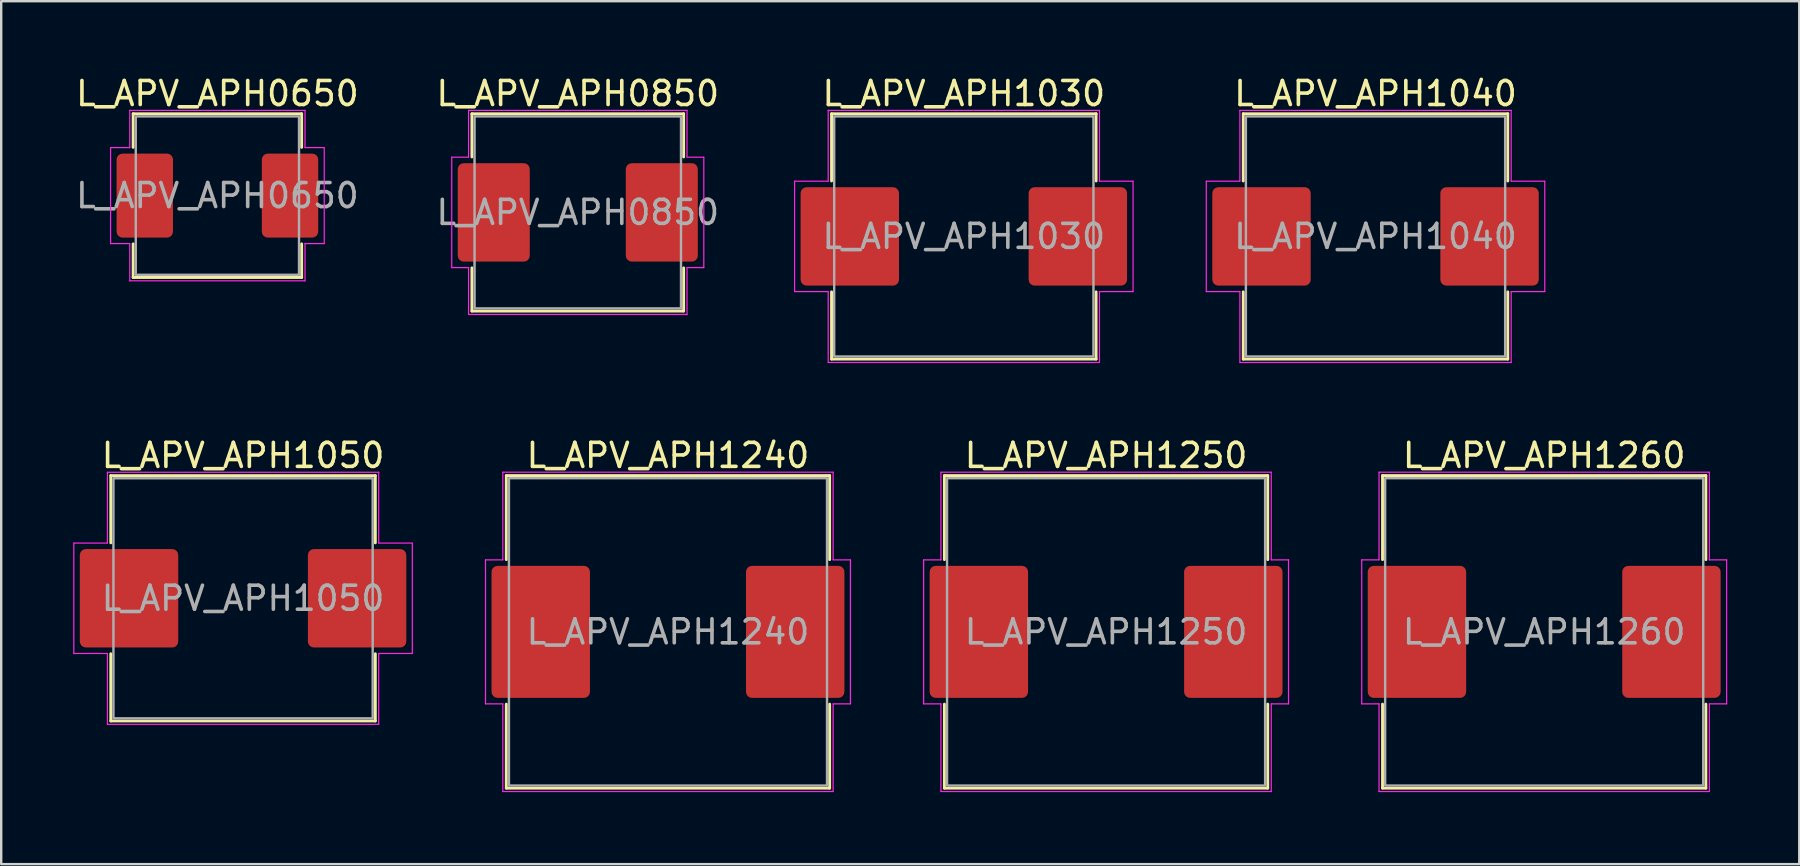
<source format=kicad_pcb>
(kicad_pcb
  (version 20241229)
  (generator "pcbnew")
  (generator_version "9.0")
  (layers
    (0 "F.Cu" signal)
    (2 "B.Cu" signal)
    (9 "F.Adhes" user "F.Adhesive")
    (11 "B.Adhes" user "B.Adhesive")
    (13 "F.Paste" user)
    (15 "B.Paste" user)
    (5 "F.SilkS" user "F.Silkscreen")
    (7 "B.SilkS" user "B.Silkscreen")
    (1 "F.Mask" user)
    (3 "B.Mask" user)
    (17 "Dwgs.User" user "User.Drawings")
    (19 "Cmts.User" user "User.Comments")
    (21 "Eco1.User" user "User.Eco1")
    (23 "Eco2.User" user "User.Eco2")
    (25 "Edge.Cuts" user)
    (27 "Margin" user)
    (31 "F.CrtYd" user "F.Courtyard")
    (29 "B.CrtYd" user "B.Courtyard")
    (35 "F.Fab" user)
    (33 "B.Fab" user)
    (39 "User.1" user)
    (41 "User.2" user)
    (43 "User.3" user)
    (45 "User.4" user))
  (footprint "L_APV_APH0850"
    (layer "F.Cu")
    (at 21.018 5.798)
    (property "Reference" "L_APV_APH0850" (at 0 -4.95 0) (layer "F.SilkS") (effects (font (size 1 1) (thickness 0.15))))
    (attr smd)
    (fp_line (start -4.41 -4.11) (end 4.41 -4.11) (stroke (width 0.12) (type solid)) (layer "F.SilkS"))
    (fp_line (start -4.41 -2.31) (end -4.41 -4.11) (stroke (width 0.12) (type solid)) (layer "F.SilkS"))
    (fp_line (start -4.41 4.11) (end -4.41 2.31) (stroke (width 0.12) (type solid)) (layer "F.SilkS"))
    (fp_line (start 4.41 -4.11) (end 4.41 -2.31) (stroke (width 0.12) (type solid)) (layer "F.SilkS"))
    (fp_line (start 4.41 2.31) (end 4.41 4.11) (stroke (width 0.12) (type solid)) (layer "F.SilkS"))
    (fp_line (start 4.41 4.11) (end -4.41 4.11) (stroke (width 0.12) (type solid)) (layer "F.SilkS"))
    (fp_line (start -5.25 -2.3) (end -4.55 -2.3) (stroke (width 0.05) (type solid)) (layer "F.CrtYd"))
    (fp_line (start -5.25 2.3) (end -5.25 -2.3) (stroke (width 0.05) (type solid)) (layer "F.CrtYd"))
    (fp_line (start -4.55 -4.25) (end 4.55 -4.25) (stroke (width 0.05) (type solid)) (layer "F.CrtYd"))
    (fp_line (start -4.55 -2.3) (end -4.55 -4.25) (stroke (width 0.05) (type solid)) (layer "F.CrtYd"))
    (fp_line (start -4.55 2.3) (end -5.25 2.3) (stroke (width 0.05) (type solid)) (layer "F.CrtYd"))
    (fp_line (start -4.55 4.25) (end -4.55 2.3) (stroke (width 0.05) (type solid)) (layer "F.CrtYd"))
    (fp_line (start 4.55 -4.25) (end 4.55 -2.3) (stroke (width 0.05) (type solid)) (layer "F.CrtYd"))
    (fp_line (start 4.55 -2.3) (end 5.25 -2.3) (stroke (width 0.05) (type solid)) (layer "F.CrtYd"))
    (fp_line (start 4.55 2.3) (end 4.55 4.25) (stroke (width 0.05) (type solid)) (layer "F.CrtYd"))
    (fp_line (start 4.55 4.25) (end -4.55 4.25) (stroke (width 0.05) (type solid)) (layer "F.CrtYd"))
    (fp_line (start 5.25 -2.3) (end 5.25 2.3) (stroke (width 0.05) (type solid)) (layer "F.CrtYd"))
    (fp_line (start 5.25 2.3) (end 4.55 2.3) (stroke (width 0.05) (type solid)) (layer "F.CrtYd"))
    (fp_rect (start -4.3 -4) (end 4.3 4) (stroke (width 0.1) (type solid)) (fill no) (layer "F.Fab"))
    (fp_text user "${REFERENCE}" (at 0 0 0) (layer "F.Fab") (effects (font (size 1 1) (thickness 0.15))))
    (pad "1" smd roundrect (at -3.5 0) (size 3 4.1) (layers "F.Cu" "F.Mask" "F.Paste") (roundrect_rratio 0.083))
    (pad "2" smd roundrect (at 3.5 0) (size 3 4.1) (layers "F.Cu" "F.Mask" "F.Paste") (roundrect_rratio 0.083)))
  (footprint "L_APV_APH1030"
    (layer "F.Cu")
    (at 37.099 6.798)
    (property "Reference" "L_APV_APH1030" (at 0 -5.95 0) (layer "F.SilkS") (effects (font (size 1 1) (thickness 0.15))))
    (attr smd)
    (fp_line (start -5.51 -5.11) (end 5.51 -5.11) (stroke (width 0.12) (type solid)) (layer "F.SilkS"))
    (fp_line (start -5.51 -2.31) (end -5.51 -5.11) (stroke (width 0.12) (type solid)) (layer "F.SilkS"))
    (fp_line (start -5.51 5.11) (end -5.51 2.31) (stroke (width 0.12) (type solid)) (layer "F.SilkS"))
    (fp_line (start 5.51 -5.11) (end 5.51 -2.31) (stroke (width 0.12) (type solid)) (layer "F.SilkS"))
    (fp_line (start 5.51 2.31) (end 5.51 5.11) (stroke (width 0.12) (type solid)) (layer "F.SilkS"))
    (fp_line (start 5.51 5.11) (end -5.51 5.11) (stroke (width 0.12) (type solid)) (layer "F.SilkS"))
    (fp_line (start -7.05 -2.3) (end -5.65 -2.3) (stroke (width 0.05) (type solid)) (layer "F.CrtYd"))
    (fp_line (start -7.05 2.3) (end -7.05 -2.3) (stroke (width 0.05) (type solid)) (layer "F.CrtYd"))
    (fp_line (start -5.65 -5.25) (end 5.65 -5.25) (stroke (width 0.05) (type solid)) (layer "F.CrtYd"))
    (fp_line (start -5.65 -2.3) (end -5.65 -5.25) (stroke (width 0.05) (type solid)) (layer "F.CrtYd"))
    (fp_line (start -5.65 2.3) (end -7.05 2.3) (stroke (width 0.05) (type solid)) (layer "F.CrtYd"))
    (fp_line (start -5.65 5.25) (end -5.65 2.3) (stroke (width 0.05) (type solid)) (layer "F.CrtYd"))
    (fp_line (start 5.65 -5.25) (end 5.65 -2.3) (stroke (width 0.05) (type solid)) (layer "F.CrtYd"))
    (fp_line (start 5.65 -2.3) (end 7.05 -2.3) (stroke (width 0.05) (type solid)) (layer "F.CrtYd"))
    (fp_line (start 5.65 2.3) (end 5.65 5.25) (stroke (width 0.05) (type solid)) (layer "F.CrtYd"))
    (fp_line (start 5.65 5.25) (end -5.65 5.25) (stroke (width 0.05) (type solid)) (layer "F.CrtYd"))
    (fp_line (start 7.05 -2.3) (end 7.05 2.3) (stroke (width 0.05) (type solid)) (layer "F.CrtYd"))
    (fp_line (start 7.05 2.3) (end 5.65 2.3) (stroke (width 0.05) (type solid)) (layer "F.CrtYd"))
    (fp_rect (start -5.4 -5) (end 5.4 5) (stroke (width 0.1) (type solid)) (fill no) (layer "F.Fab"))
    (fp_text user "${REFERENCE}" (at 0 0 0) (layer "F.Fab") (effects (font (size 1 1) (thickness 0.15))))
    (pad "1" smd roundrect (at -4.75 0) (size 4.1 4.1) (layers "F.Cu" "F.Mask" "F.Paste") (roundrect_rratio 0.061))
    (pad "2" smd roundrect (at 4.75 0) (size 4.1 4.1) (layers "F.Cu" "F.Mask" "F.Paste") (roundrect_rratio 0.061)))
  (footprint "L_APV_APH1040"
    (layer "F.Cu")
    (at 54.249 6.798)
    (property "Reference" "L_APV_APH1040" (at 0 -5.95 0) (layer "F.SilkS") (effects (font (size 1 1) (thickness 0.15))))
    (attr smd)
    (fp_line (start -5.51 -5.11) (end 5.51 -5.11) (stroke (width 0.12) (type solid)) (layer "F.SilkS"))
    (fp_line (start -5.51 -2.31) (end -5.51 -5.11) (stroke (width 0.12) (type solid)) (layer "F.SilkS"))
    (fp_line (start -5.51 5.11) (end -5.51 2.31) (stroke (width 0.12) (type solid)) (layer "F.SilkS"))
    (fp_line (start 5.51 -5.11) (end 5.51 -2.31) (stroke (width 0.12) (type solid)) (layer "F.SilkS"))
    (fp_line (start 5.51 2.31) (end 5.51 5.11) (stroke (width 0.12) (type solid)) (layer "F.SilkS"))
    (fp_line (start 5.51 5.11) (end -5.51 5.11) (stroke (width 0.12) (type solid)) (layer "F.SilkS"))
    (fp_line (start -7.05 -2.3) (end -5.65 -2.3) (stroke (width 0.05) (type solid)) (layer "F.CrtYd"))
    (fp_line (start -7.05 2.3) (end -7.05 -2.3) (stroke (width 0.05) (type solid)) (layer "F.CrtYd"))
    (fp_line (start -5.65 -5.25) (end 5.65 -5.25) (stroke (width 0.05) (type solid)) (layer "F.CrtYd"))
    (fp_line (start -5.65 -2.3) (end -5.65 -5.25) (stroke (width 0.05) (type solid)) (layer "F.CrtYd"))
    (fp_line (start -5.65 2.3) (end -7.05 2.3) (stroke (width 0.05) (type solid)) (layer "F.CrtYd"))
    (fp_line (start -5.65 5.25) (end -5.65 2.3) (stroke (width 0.05) (type solid)) (layer "F.CrtYd"))
    (fp_line (start 5.65 -5.25) (end 5.65 -2.3) (stroke (width 0.05) (type solid)) (layer "F.CrtYd"))
    (fp_line (start 5.65 -2.3) (end 7.05 -2.3) (stroke (width 0.05) (type solid)) (layer "F.CrtYd"))
    (fp_line (start 5.65 2.3) (end 5.65 5.25) (stroke (width 0.05) (type solid)) (layer "F.CrtYd"))
    (fp_line (start 5.65 5.25) (end -5.65 5.25) (stroke (width 0.05) (type solid)) (layer "F.CrtYd"))
    (fp_line (start 7.05 -2.3) (end 7.05 2.3) (stroke (width 0.05) (type solid)) (layer "F.CrtYd"))
    (fp_line (start 7.05 2.3) (end 5.65 2.3) (stroke (width 0.05) (type solid)) (layer "F.CrtYd"))
    (fp_rect (start -5.4 -5) (end 5.4 5) (stroke (width 0.1) (type solid)) (fill no) (layer "F.Fab"))
    (fp_text user "${REFERENCE}" (at 0 0 0) (layer "F.Fab") (effects (font (size 1 1) (thickness 0.15))))
    (pad "1" smd roundrect (at -4.75 0) (size 4.1 4.1) (layers "F.Cu" "F.Mask" "F.Paste") (roundrect_rratio 0.061))
    (pad "2" smd roundrect (at 4.75 0) (size 4.1 4.1) (layers "F.Cu" "F.Mask" "F.Paste") (roundrect_rratio 0.061)))
  (footprint "L_APV_APH1050"
    (layer "F.Cu")
    (at 7.075 21.872)
    (property "Reference" "L_APV_APH1050" (at 0 -5.95 0) (layer "F.SilkS") (effects (font (size 1 1) (thickness 0.15))))
    (attr smd)
    (fp_line (start -5.51 -5.11) (end 5.51 -5.11) (stroke (width 0.12) (type solid)) (layer "F.SilkS"))
    (fp_line (start -5.51 -2.31) (end -5.51 -5.11) (stroke (width 0.12) (type solid)) (layer "F.SilkS"))
    (fp_line (start -5.51 5.11) (end -5.51 2.31) (stroke (width 0.12) (type solid)) (layer "F.SilkS"))
    (fp_line (start 5.51 -5.11) (end 5.51 -2.31) (stroke (width 0.12) (type solid)) (layer "F.SilkS"))
    (fp_line (start 5.51 2.31) (end 5.51 5.11) (stroke (width 0.12) (type solid)) (layer "F.SilkS"))
    (fp_line (start 5.51 5.11) (end -5.51 5.11) (stroke (width 0.12) (type solid)) (layer "F.SilkS"))
    (fp_line (start -7.05 -2.3) (end -5.65 -2.3) (stroke (width 0.05) (type solid)) (layer "F.CrtYd"))
    (fp_line (start -7.05 2.3) (end -7.05 -2.3) (stroke (width 0.05) (type solid)) (layer "F.CrtYd"))
    (fp_line (start -5.65 -5.25) (end 5.65 -5.25) (stroke (width 0.05) (type solid)) (layer "F.CrtYd"))
    (fp_line (start -5.65 -2.3) (end -5.65 -5.25) (stroke (width 0.05) (type solid)) (layer "F.CrtYd"))
    (fp_line (start -5.65 2.3) (end -7.05 2.3) (stroke (width 0.05) (type solid)) (layer "F.CrtYd"))
    (fp_line (start -5.65 5.25) (end -5.65 2.3) (stroke (width 0.05) (type solid)) (layer "F.CrtYd"))
    (fp_line (start 5.65 -5.25) (end 5.65 -2.3) (stroke (width 0.05) (type solid)) (layer "F.CrtYd"))
    (fp_line (start 5.65 -2.3) (end 7.05 -2.3) (stroke (width 0.05) (type solid)) (layer "F.CrtYd"))
    (fp_line (start 5.65 2.3) (end 5.65 5.25) (stroke (width 0.05) (type solid)) (layer "F.CrtYd"))
    (fp_line (start 5.65 5.25) (end -5.65 5.25) (stroke (width 0.05) (type solid)) (layer "F.CrtYd"))
    (fp_line (start 7.05 -2.3) (end 7.05 2.3) (stroke (width 0.05) (type solid)) (layer "F.CrtYd"))
    (fp_line (start 7.05 2.3) (end 5.65 2.3) (stroke (width 0.05) (type solid)) (layer "F.CrtYd"))
    (fp_rect (start -5.4 -5) (end 5.4 5) (stroke (width 0.1) (type solid)) (fill no) (layer "F.Fab"))
    (fp_text user "${REFERENCE}" (at 0 0 0) (layer "F.Fab") (effects (font (size 1 1) (thickness 0.15))))
    (pad "1" smd roundrect (at -4.75 0) (size 4.1 4.1) (layers "F.Cu" "F.Mask" "F.Paste") (roundrect_rratio 0.061))
    (pad "2" smd roundrect (at 4.75 0) (size 4.1 4.1) (layers "F.Cu" "F.Mask" "F.Paste") (roundrect_rratio 0.061)))
  (footprint "L_APV_APH1240"
    (layer "F.Cu")
    (at 24.775 23.271)
    (property "Reference" "L_APV_APH1240" (at 0 -7.35 0) (layer "F.SilkS") (effects (font (size 1 1) (thickness 0.15))))
    (attr smd)
    (fp_line (start -6.735 -6.51) (end 6.735 -6.51) (stroke (width 0.12) (type solid)) (layer "F.SilkS"))
    (fp_line (start -6.735 -3.01) (end -6.735 -6.51) (stroke (width 0.12) (type solid)) (layer "F.SilkS"))
    (fp_line (start -6.735 6.51) (end -6.735 3.01) (stroke (width 0.12) (type solid)) (layer "F.SilkS"))
    (fp_line (start 6.735 -6.51) (end 6.735 -3.01) (stroke (width 0.12) (type solid)) (layer "F.SilkS"))
    (fp_line (start 6.735 3.01) (end 6.735 6.51) (stroke (width 0.12) (type solid)) (layer "F.SilkS"))
    (fp_line (start 6.735 6.51) (end -6.735 6.51) (stroke (width 0.12) (type solid)) (layer "F.SilkS"))
    (fp_line (start -7.6 -3) (end -6.88 -3) (stroke (width 0.05) (type solid)) (layer "F.CrtYd"))
    (fp_line (start -7.6 3) (end -7.6 -3) (stroke (width 0.05) (type solid)) (layer "F.CrtYd"))
    (fp_line (start -6.88 -6.65) (end 6.88 -6.65) (stroke (width 0.05) (type solid)) (layer "F.CrtYd"))
    (fp_line (start -6.88 -3) (end -6.88 -6.65) (stroke (width 0.05) (type solid)) (layer "F.CrtYd"))
    (fp_line (start -6.88 3) (end -7.6 3) (stroke (width 0.05) (type solid)) (layer "F.CrtYd"))
    (fp_line (start -6.88 6.65) (end -6.88 3) (stroke (width 0.05) (type solid)) (layer "F.CrtYd"))
    (fp_line (start 6.88 -6.65) (end 6.88 -3) (stroke (width 0.05) (type solid)) (layer "F.CrtYd"))
    (fp_line (start 6.88 -3) (end 7.6 -3) (stroke (width 0.05) (type solid)) (layer "F.CrtYd"))
    (fp_line (start 6.88 3) (end 6.88 6.65) (stroke (width 0.05) (type solid)) (layer "F.CrtYd"))
    (fp_line (start 6.88 6.65) (end -6.88 6.65) (stroke (width 0.05) (type solid)) (layer "F.CrtYd"))
    (fp_line (start 7.6 -3) (end 7.6 3) (stroke (width 0.05) (type solid)) (layer "F.CrtYd"))
    (fp_line (start 7.6 3) (end 6.88 3) (stroke (width 0.05) (type solid)) (layer "F.CrtYd"))
    (fp_rect (start -6.625 -6.4) (end 6.625 6.4) (stroke (width 0.1) (type solid)) (fill no) (layer "F.Fab"))
    (fp_text user "${REFERENCE}" (at 0 0 0) (layer "F.Fab") (effects (font (size 1 1) (thickness 0.15))))
    (pad "1" smd roundrect (at -5.3 0) (size 4.1 5.5) (layers "F.Cu" "F.Mask" "F.Paste") (roundrect_rratio 0.061))
    (pad "2" smd roundrect (at 5.3 0) (size 4.1 5.5) (layers "F.Cu" "F.Mask" "F.Paste") (roundrect_rratio 0.061)))
  (footprint "L_APV_APH1250"
    (layer "F.Cu")
    (at 43.025 23.271)
    (property "Reference" "L_APV_APH1250" (at 0 -7.35 0) (layer "F.SilkS") (effects (font (size 1 1) (thickness 0.15))))
    (attr smd)
    (fp_line (start -6.735 -6.51) (end 6.735 -6.51) (stroke (width 0.12) (type solid)) (layer "F.SilkS"))
    (fp_line (start -6.735 -3.01) (end -6.735 -6.51) (stroke (width 0.12) (type solid)) (layer "F.SilkS"))
    (fp_line (start -6.735 6.51) (end -6.735 3.01) (stroke (width 0.12) (type solid)) (layer "F.SilkS"))
    (fp_line (start 6.735 -6.51) (end 6.735 -3.01) (stroke (width 0.12) (type solid)) (layer "F.SilkS"))
    (fp_line (start 6.735 3.01) (end 6.735 6.51) (stroke (width 0.12) (type solid)) (layer "F.SilkS"))
    (fp_line (start 6.735 6.51) (end -6.735 6.51) (stroke (width 0.12) (type solid)) (layer "F.SilkS"))
    (fp_line (start -7.6 -3) (end -6.88 -3) (stroke (width 0.05) (type solid)) (layer "F.CrtYd"))
    (fp_line (start -7.6 3) (end -7.6 -3) (stroke (width 0.05) (type solid)) (layer "F.CrtYd"))
    (fp_line (start -6.88 -6.65) (end 6.88 -6.65) (stroke (width 0.05) (type solid)) (layer "F.CrtYd"))
    (fp_line (start -6.88 -3) (end -6.88 -6.65) (stroke (width 0.05) (type solid)) (layer "F.CrtYd"))
    (fp_line (start -6.88 3) (end -7.6 3) (stroke (width 0.05) (type solid)) (layer "F.CrtYd"))
    (fp_line (start -6.88 6.65) (end -6.88 3) (stroke (width 0.05) (type solid)) (layer "F.CrtYd"))
    (fp_line (start 6.88 -6.65) (end 6.88 -3) (stroke (width 0.05) (type solid)) (layer "F.CrtYd"))
    (fp_line (start 6.88 -3) (end 7.6 -3) (stroke (width 0.05) (type solid)) (layer "F.CrtYd"))
    (fp_line (start 6.88 3) (end 6.88 6.65) (stroke (width 0.05) (type solid)) (layer "F.CrtYd"))
    (fp_line (start 6.88 6.65) (end -6.88 6.65) (stroke (width 0.05) (type solid)) (layer "F.CrtYd"))
    (fp_line (start 7.6 -3) (end 7.6 3) (stroke (width 0.05) (type solid)) (layer "F.CrtYd"))
    (fp_line (start 7.6 3) (end 6.88 3) (stroke (width 0.05) (type solid)) (layer "F.CrtYd"))
    (fp_rect (start -6.625 -6.4) (end 6.625 6.4) (stroke (width 0.1) (type solid)) (fill no) (layer "F.Fab"))
    (fp_text user "${REFERENCE}" (at 0 0 0) (layer "F.Fab") (effects (font (size 1 1) (thickness 0.15))))
    (pad "1" smd roundrect (at -5.3 0) (size 4.1 5.5) (layers "F.Cu" "F.Mask" "F.Paste") (roundrect_rratio 0.061))
    (pad "2" smd roundrect (at 5.3 0) (size 4.1 5.5) (layers "F.Cu" "F.Mask" "F.Paste") (roundrect_rratio 0.061)))
  (footprint "L_APV_APH1260"
    (layer "F.Cu")
    (at 61.275 23.271)
    (property "Reference" "L_APV_APH1260" (at 0 -7.35 0) (layer "F.SilkS") (effects (font (size 1 1) (thickness 0.15))))
    (attr smd)
    (fp_line (start -6.735 -6.51) (end 6.735 -6.51) (stroke (width 0.12) (type solid)) (layer "F.SilkS"))
    (fp_line (start -6.735 -3.01) (end -6.735 -6.51) (stroke (width 0.12) (type solid)) (layer "F.SilkS"))
    (fp_line (start -6.735 6.51) (end -6.735 3.01) (stroke (width 0.12) (type solid)) (layer "F.SilkS"))
    (fp_line (start 6.735 -6.51) (end 6.735 -3.01) (stroke (width 0.12) (type solid)) (layer "F.SilkS"))
    (fp_line (start 6.735 3.01) (end 6.735 6.51) (stroke (width 0.12) (type solid)) (layer "F.SilkS"))
    (fp_line (start 6.735 6.51) (end -6.735 6.51) (stroke (width 0.12) (type solid)) (layer "F.SilkS"))
    (fp_line (start -7.6 -3) (end -6.88 -3) (stroke (width 0.05) (type solid)) (layer "F.CrtYd"))
    (fp_line (start -7.6 3) (end -7.6 -3) (stroke (width 0.05) (type solid)) (layer "F.CrtYd"))
    (fp_line (start -6.88 -6.65) (end 6.88 -6.65) (stroke (width 0.05) (type solid)) (layer "F.CrtYd"))
    (fp_line (start -6.88 -3) (end -6.88 -6.65) (stroke (width 0.05) (type solid)) (layer "F.CrtYd"))
    (fp_line (start -6.88 3) (end -7.6 3) (stroke (width 0.05) (type solid)) (layer "F.CrtYd"))
    (fp_line (start -6.88 6.65) (end -6.88 3) (stroke (width 0.05) (type solid)) (layer "F.CrtYd"))
    (fp_line (start 6.88 -6.65) (end 6.88 -3) (stroke (width 0.05) (type solid)) (layer "F.CrtYd"))
    (fp_line (start 6.88 -3) (end 7.6 -3) (stroke (width 0.05) (type solid)) (layer "F.CrtYd"))
    (fp_line (start 6.88 3) (end 6.88 6.65) (stroke (width 0.05) (type solid)) (layer "F.CrtYd"))
    (fp_line (start 6.88 6.65) (end -6.88 6.65) (stroke (width 0.05) (type solid)) (layer "F.CrtYd"))
    (fp_line (start 7.6 -3) (end 7.6 3) (stroke (width 0.05) (type solid)) (layer "F.CrtYd"))
    (fp_line (start 7.6 3) (end 6.88 3) (stroke (width 0.05) (type solid)) (layer "F.CrtYd"))
    (fp_rect (start -6.625 -6.4) (end 6.625 6.4) (stroke (width 0.1) (type solid)) (fill no) (layer "F.Fab"))
    (fp_text user "${REFERENCE}" (at 0 0 0) (layer "F.Fab") (effects (font (size 1 1) (thickness 0.15))))
    (pad "1" smd roundrect (at -5.3 0) (size 4.1 5.5) (layers "F.Cu" "F.Mask" "F.Paste") (roundrect_rratio 0.061))
    (pad "2" smd roundrect (at 5.3 0) (size 4.1 5.5) (layers "F.Cu" "F.Mask" "F.Paste") (roundrect_rratio 0.061)))
  (footprint "L_APV_APH0650"
    (layer "F.Cu")
    (at 6.006 5.098)
    (property "Reference" "L_APV_APH0650" (at 0 -4.25 0) (layer "F.SilkS") (effects (font (size 1 1) (thickness 0.15))))
    (attr smd)
    (fp_line (start -3.51 -3.41) (end 3.51 -3.41) (stroke (width 0.12) (type solid)) (layer "F.SilkS"))
    (fp_line (start -3.51 -2.01) (end -3.51 -3.41) (stroke (width 0.12) (type solid)) (layer "F.SilkS"))
    (fp_line (start -3.51 3.41) (end -3.51 2.01) (stroke (width 0.12) (type solid)) (layer "F.SilkS"))
    (fp_line (start 3.51 -3.41) (end 3.51 -2.01) (stroke (width 0.12) (type solid)) (layer "F.SilkS"))
    (fp_line (start 3.51 2.01) (end 3.51 3.41) (stroke (width 0.12) (type solid)) (layer "F.SilkS"))
    (fp_line (start 3.51 3.41) (end -3.51 3.41) (stroke (width 0.12) (type solid)) (layer "F.SilkS"))
    (fp_line (start -4.45 -2) (end -3.65 -2) (stroke (width 0.05) (type solid)) (layer "F.CrtYd"))
    (fp_line (start -4.45 2) (end -4.45 -2) (stroke (width 0.05) (type solid)) (layer "F.CrtYd"))
    (fp_line (start -3.65 -3.55) (end 3.65 -3.55) (stroke (width 0.05) (type solid)) (layer "F.CrtYd"))
    (fp_line (start -3.65 -2) (end -3.65 -3.55) (stroke (width 0.05) (type solid)) (layer "F.CrtYd"))
    (fp_line (start -3.65 2) (end -4.45 2) (stroke (width 0.05) (type solid)) (layer "F.CrtYd"))
    (fp_line (start -3.65 3.55) (end -3.65 2) (stroke (width 0.05) (type solid)) (layer "F.CrtYd"))
    (fp_line (start 3.65 -3.55) (end 3.65 -2) (stroke (width 0.05) (type solid)) (layer "F.CrtYd"))
    (fp_line (start 3.65 -2) (end 4.45 -2) (stroke (width 0.05) (type solid)) (layer "F.CrtYd"))
    (fp_line (start 3.65 2) (end 3.65 3.55) (stroke (width 0.05) (type solid)) (layer "F.CrtYd"))
    (fp_line (start 3.65 3.55) (end -3.65 3.55) (stroke (width 0.05) (type solid)) (layer "F.CrtYd"))
    (fp_line (start 4.45 -2) (end 4.45 2) (stroke (width 0.05) (type solid)) (layer "F.CrtYd"))
    (fp_line (start 4.45 2) (end 3.65 2) (stroke (width 0.05) (type solid)) (layer "F.CrtYd"))
    (fp_rect (start -3.4 -3.3) (end 3.4 3.3) (stroke (width 0.1) (type solid)) (fill no) (layer "F.Fab"))
    (fp_text user "${REFERENCE}" (at 0 0 0) (layer "F.Fab") (effects (font (size 1 1) (thickness 0.15))))
    (pad "1" smd roundrect (at -3.025 0) (size 2.35 3.5) (layers "F.Cu" "F.Mask" "F.Paste") (roundrect_rratio 0.106))
    (pad "2" smd roundrect (at 3.025 0) (size 2.35 3.5) (layers "F.Cu" "F.Mask" "F.Paste") (roundrect_rratio 0.106)))
  (gr_rect
    (start -3 -3)
    (end 71.9 32.947)
    (stroke (width 0.1) (type default))
    (fill no)
    (layer "Edge.Cuts")))
</source>
